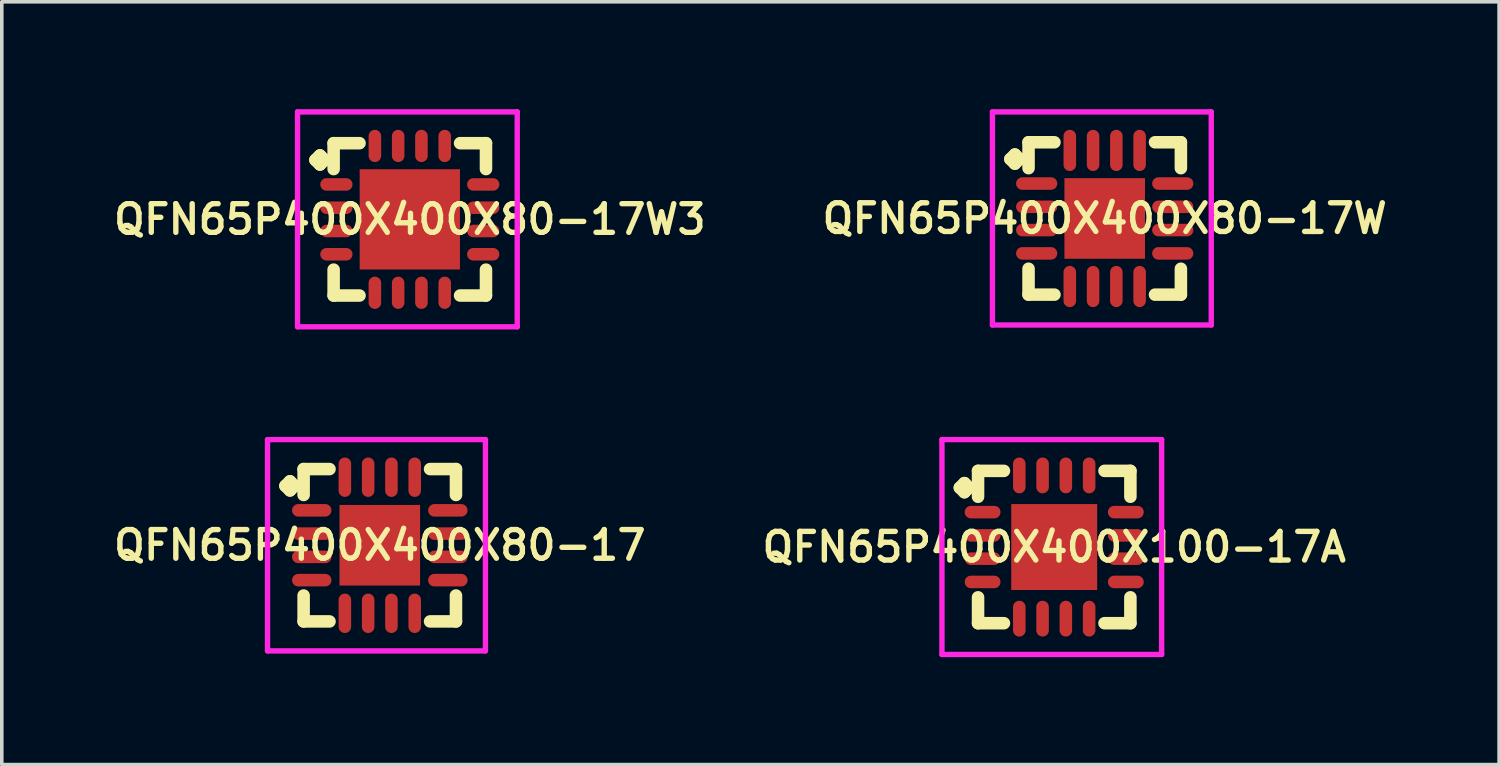
<source format=kicad_pcb>
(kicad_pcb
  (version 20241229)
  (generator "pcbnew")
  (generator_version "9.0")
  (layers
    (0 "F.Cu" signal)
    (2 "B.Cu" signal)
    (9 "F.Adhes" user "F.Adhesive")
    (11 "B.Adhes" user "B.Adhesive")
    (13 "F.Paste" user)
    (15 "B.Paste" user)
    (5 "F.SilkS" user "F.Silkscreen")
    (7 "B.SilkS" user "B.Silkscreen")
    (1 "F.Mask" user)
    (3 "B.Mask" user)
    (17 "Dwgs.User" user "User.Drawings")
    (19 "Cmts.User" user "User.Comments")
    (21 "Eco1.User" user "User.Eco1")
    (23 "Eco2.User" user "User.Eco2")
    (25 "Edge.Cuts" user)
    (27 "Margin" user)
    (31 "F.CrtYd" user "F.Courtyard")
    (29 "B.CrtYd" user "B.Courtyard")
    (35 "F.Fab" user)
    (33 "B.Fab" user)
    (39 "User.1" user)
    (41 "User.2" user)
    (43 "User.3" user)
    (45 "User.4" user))
  (footprint "QFN65P400X400X100-17A"
    (layer "F.Cu")
    (at 26.387 12.225)
    (property "Reference" "QFN65P400X400X100-17A" (at 0 0 0) (layer "F.SilkS") (effects (font (size 0.8 0.8) (thickness 0.15))))
    (attr smd)
    (fp_line (start -2.635 -1.658) (end -2.508 -1.785) (stroke (width 0.35) (type solid)) (layer "F.SilkS"))
    (fp_line (start -2.508 -1.785) (end -2.381 -1.658) (stroke (width 0.35) (type solid)) (layer "F.SilkS"))
    (fp_line (start -2.508 -1.531) (end -2.635 -1.658) (stroke (width 0.35) (type solid)) (layer "F.SilkS"))
    (fp_line (start -2.381 -1.658) (end -2.508 -1.531) (stroke (width 0.35) (type solid)) (layer "F.SilkS"))
    (fp_line (start -2.127 -2.127) (end -1.404 -2.127) (stroke (width 0.35) (type solid)) (layer "F.SilkS"))
    (fp_line (start -2.127 -1.404) (end -2.127 -2.127) (stroke (width 0.35) (type solid)) (layer "F.SilkS"))
    (fp_line (start -2.127 1.404) (end -2.127 2.127) (stroke (width 0.35) (type solid)) (layer "F.SilkS"))
    (fp_line (start -2.127 2.127) (end -1.404 2.127) (stroke (width 0.35) (type solid)) (layer "F.SilkS"))
    (fp_line (start 1.404 -2.127) (end 2.127 -2.127) (stroke (width 0.35) (type solid)) (layer "F.SilkS"))
    (fp_line (start 1.404 2.127) (end 2.127 2.127) (stroke (width 0.35) (type solid)) (layer "F.SilkS"))
    (fp_line (start 2.127 -2.127) (end 2.127 -1.404) (stroke (width 0.35) (type solid)) (layer "F.SilkS"))
    (fp_line (start 2.127 2.127) (end 2.127 1.404) (stroke (width 0.35) (type solid)) (layer "F.SilkS"))
    (fp_line (start -3.135 -3) (end 3 -3) (stroke (width 0.15) (type solid)) (layer "F.CrtYd"))
    (fp_line (start -3.135 3) (end -3.135 -3) (stroke (width 0.15) (type solid)) (layer "F.CrtYd"))
    (fp_line (start 3 -3) (end 3 3) (stroke (width 0.15) (type solid)) (layer "F.CrtYd"))
    (fp_line (start 3 3) (end -3.135 3) (stroke (width 0.15) (type solid)) (layer "F.CrtYd"))
    (pad "1" smd oval (at -2 -0.975) (size 1 0.35) (layers "F.Cu" "F.Mask" "F.Paste"))
    (pad "2" smd oval (at -2 -0.325) (size 1 0.35) (layers "F.Cu" "F.Mask" "F.Paste"))
    (pad "3" smd oval (at -2 0.325) (size 1 0.35) (layers "F.Cu" "F.Mask" "F.Paste"))
    (pad "4" smd oval (at -2 0.975) (size 1 0.35) (layers "F.Cu" "F.Mask" "F.Paste"))
    (pad "5" smd oval (at -0.975 2) (size 0.35 1) (layers "F.Cu" "F.Mask" "F.Paste"))
    (pad "6" smd oval (at -0.325 2) (size 0.35 1) (layers "F.Cu" "F.Mask" "F.Paste"))
    (pad "7" smd oval (at 0.325 2) (size 0.35 1) (layers "F.Cu" "F.Mask" "F.Paste"))
    (pad "8" smd oval (at 0.975 2) (size 0.35 1) (layers "F.Cu" "F.Mask" "F.Paste"))
    (pad "9" smd oval (at 2 0.975) (size 1 0.35) (layers "F.Cu" "F.Mask" "F.Paste"))
    (pad "10" smd oval (at 2 0.325) (size 1 0.35) (layers "F.Cu" "F.Mask" "F.Paste"))
    (pad "11" smd oval (at 2 -0.325) (size 1 0.35) (layers "F.Cu" "F.Mask" "F.Paste"))
    (pad "12" smd oval (at 2 -0.975) (size 1 0.35) (layers "F.Cu" "F.Mask" "F.Paste"))
    (pad "13" smd oval (at 0.975 -2) (size 0.35 1) (layers "F.Cu" "F.Mask" "F.Paste"))
    (pad "14" smd oval (at 0.325 -2) (size 0.35 1) (layers "F.Cu" "F.Mask" "F.Paste"))
    (pad "15" smd oval (at -0.325 -2) (size 0.35 1) (layers "F.Cu" "F.Mask" "F.Paste"))
    (pad "16" smd oval (at -0.975 -2) (size 0.35 1) (layers "F.Cu" "F.Mask" "F.Paste"))
    (pad "17" smd rect (at 0 0) (size 2.4 2.4) (layers "F.Cu" "F.Mask" "F.Paste")))
  (footprint "QFN65P400X400X80-17"
    (layer "F.Cu")
    (at 7.555 12.175)
    (property "Reference" "QFN65P400X400X80-17" (at 0 0 0) (layer "F.SilkS") (effects (font (size 0.8 0.8) (thickness 0.15))))
    (attr smd)
    (fp_line (start -2.635 -1.658) (end -2.508 -1.785) (stroke (width 0.35) (type solid)) (layer "F.SilkS"))
    (fp_line (start -2.508 -1.785) (end -2.381 -1.658) (stroke (width 0.35) (type solid)) (layer "F.SilkS"))
    (fp_line (start -2.508 -1.531) (end -2.635 -1.658) (stroke (width 0.35) (type solid)) (layer "F.SilkS"))
    (fp_line (start -2.381 -1.658) (end -2.508 -1.531) (stroke (width 0.35) (type solid)) (layer "F.SilkS"))
    (fp_line (start -2.127 -2.127) (end -1.404 -2.127) (stroke (width 0.35) (type solid)) (layer "F.SilkS"))
    (fp_line (start -2.127 -1.404) (end -2.127 -2.127) (stroke (width 0.35) (type solid)) (layer "F.SilkS"))
    (fp_line (start -2.127 1.404) (end -2.127 2.127) (stroke (width 0.35) (type solid)) (layer "F.SilkS"))
    (fp_line (start -2.127 2.127) (end -1.404 2.127) (stroke (width 0.35) (type solid)) (layer "F.SilkS"))
    (fp_line (start 1.404 -2.127) (end 2.127 -2.127) (stroke (width 0.35) (type solid)) (layer "F.SilkS"))
    (fp_line (start 1.404 2.127) (end 2.127 2.127) (stroke (width 0.35) (type solid)) (layer "F.SilkS"))
    (fp_line (start 2.127 -2.127) (end 2.127 -1.404) (stroke (width 0.35) (type solid)) (layer "F.SilkS"))
    (fp_line (start 2.127 2.127) (end 2.127 1.404) (stroke (width 0.35) (type solid)) (layer "F.SilkS"))
    (fp_line (start -3.135 -2.95) (end 2.95 -2.95) (stroke (width 0.15) (type solid)) (layer "F.CrtYd"))
    (fp_line (start -3.135 2.95) (end -3.135 -2.95) (stroke (width 0.15) (type solid)) (layer "F.CrtYd"))
    (fp_line (start 2.95 -2.95) (end 2.95 2.95) (stroke (width 0.15) (type solid)) (layer "F.CrtYd"))
    (fp_line (start 2.95 2.95) (end -3.135 2.95) (stroke (width 0.15) (type solid)) (layer "F.CrtYd"))
    (pad "1" smd oval (at -1.9 -0.975) (size 1.1 0.35) (layers "F.Cu" "F.Mask" "F.Paste"))
    (pad "2" smd oval (at -1.9 -0.325) (size 1.1 0.35) (layers "F.Cu" "F.Mask" "F.Paste"))
    (pad "3" smd oval (at -1.9 0.325) (size 1.1 0.35) (layers "F.Cu" "F.Mask" "F.Paste"))
    (pad "4" smd oval (at -1.9 0.975) (size 1.1 0.35) (layers "F.Cu" "F.Mask" "F.Paste"))
    (pad "5" smd oval (at -0.975 1.9) (size 0.35 1.1) (layers "F.Cu" "F.Mask" "F.Paste"))
    (pad "6" smd oval (at -0.325 1.9) (size 0.35 1.1) (layers "F.Cu" "F.Mask" "F.Paste"))
    (pad "7" smd oval (at 0.325 1.9) (size 0.35 1.1) (layers "F.Cu" "F.Mask" "F.Paste"))
    (pad "8" smd oval (at 0.975 1.9) (size 0.35 1.1) (layers "F.Cu" "F.Mask" "F.Paste"))
    (pad "9" smd oval (at 1.9 0.975) (size 1.1 0.35) (layers "F.Cu" "F.Mask" "F.Paste"))
    (pad "10" smd oval (at 1.9 0.325) (size 1.1 0.35) (layers "F.Cu" "F.Mask" "F.Paste"))
    (pad "11" smd oval (at 1.9 -0.325) (size 1.1 0.35) (layers "F.Cu" "F.Mask" "F.Paste"))
    (pad "12" smd oval (at 1.9 -0.975) (size 1.1 0.35) (layers "F.Cu" "F.Mask" "F.Paste"))
    (pad "13" smd oval (at 0.975 -1.9) (size 0.35 1.1) (layers "F.Cu" "F.Mask" "F.Paste"))
    (pad "14" smd oval (at 0.325 -1.9) (size 0.35 1.1) (layers "F.Cu" "F.Mask" "F.Paste"))
    (pad "15" smd oval (at -0.325 -1.9) (size 0.35 1.1) (layers "F.Cu" "F.Mask" "F.Paste"))
    (pad "16" smd oval (at -0.975 -1.9) (size 0.35 1.1) (layers "F.Cu" "F.Mask" "F.Paste"))
    (pad "17" smd rect (at 0 0) (size 2.25 2.25) (layers "F.Cu" "F.Mask" "F.Paste")))
  (footprint "QFN65P400X400X80-17W"
    (layer "F.Cu")
    (at 27.797 3.05)
    (property "Reference" "QFN65P400X400X80-17W" (at 0 0 0) (layer "F.SilkS") (effects (font (size 0.8 0.8) (thickness 0.15))))
    (attr smd)
    (fp_line (start -2.635 -1.658) (end -2.508 -1.785) (stroke (width 0.35) (type solid)) (layer "F.SilkS"))
    (fp_line (start -2.508 -1.785) (end -2.381 -1.658) (stroke (width 0.35) (type solid)) (layer "F.SilkS"))
    (fp_line (start -2.508 -1.531) (end -2.635 -1.658) (stroke (width 0.35) (type solid)) (layer "F.SilkS"))
    (fp_line (start -2.381 -1.658) (end -2.508 -1.531) (stroke (width 0.35) (type solid)) (layer "F.SilkS"))
    (fp_line (start -2.127 -2.127) (end -1.404 -2.127) (stroke (width 0.35) (type solid)) (layer "F.SilkS"))
    (fp_line (start -2.127 -1.404) (end -2.127 -2.127) (stroke (width 0.35) (type solid)) (layer "F.SilkS"))
    (fp_line (start -2.127 1.404) (end -2.127 2.127) (stroke (width 0.35) (type solid)) (layer "F.SilkS"))
    (fp_line (start -2.127 2.127) (end -1.404 2.127) (stroke (width 0.35) (type solid)) (layer "F.SilkS"))
    (fp_line (start 1.404 -2.127) (end 2.127 -2.127) (stroke (width 0.35) (type solid)) (layer "F.SilkS"))
    (fp_line (start 1.404 2.127) (end 2.127 2.127) (stroke (width 0.35) (type solid)) (layer "F.SilkS"))
    (fp_line (start 2.127 -2.127) (end 2.127 -1.404) (stroke (width 0.35) (type solid)) (layer "F.SilkS"))
    (fp_line (start 2.127 2.127) (end 2.127 1.404) (stroke (width 0.35) (type solid)) (layer "F.SilkS"))
    (fp_line (start -3.135 -2.975) (end 2.975 -2.975) (stroke (width 0.15) (type solid)) (layer "F.CrtYd"))
    (fp_line (start -3.135 2.975) (end -3.135 -2.975) (stroke (width 0.15) (type solid)) (layer "F.CrtYd"))
    (fp_line (start 2.975 -2.975) (end 2.975 2.975) (stroke (width 0.15) (type solid)) (layer "F.CrtYd"))
    (fp_line (start 2.975 2.975) (end -3.135 2.975) (stroke (width 0.15) (type solid)) (layer "F.CrtYd"))
    (pad "1" smd oval (at -1.9 -0.975) (size 1.15 0.35) (layers "F.Cu" "F.Mask" "F.Paste"))
    (pad "2" smd oval (at -1.9 -0.325) (size 1.15 0.35) (layers "F.Cu" "F.Mask" "F.Paste"))
    (pad "3" smd oval (at -1.9 0.325) (size 1.15 0.35) (layers "F.Cu" "F.Mask" "F.Paste"))
    (pad "4" smd oval (at -1.9 0.975) (size 1.15 0.35) (layers "F.Cu" "F.Mask" "F.Paste"))
    (pad "5" smd oval (at -0.975 1.9) (size 0.35 1.15) (layers "F.Cu" "F.Mask" "F.Paste"))
    (pad "6" smd oval (at -0.325 1.9) (size 0.35 1.15) (layers "F.Cu" "F.Mask" "F.Paste"))
    (pad "7" smd oval (at 0.325 1.9) (size 0.35 1.15) (layers "F.Cu" "F.Mask" "F.Paste"))
    (pad "8" smd oval (at 0.975 1.9) (size 0.35 1.15) (layers "F.Cu" "F.Mask" "F.Paste"))
    (pad "9" smd oval (at 1.9 0.975) (size 1.15 0.35) (layers "F.Cu" "F.Mask" "F.Paste"))
    (pad "10" smd oval (at 1.9 0.325) (size 1.15 0.35) (layers "F.Cu" "F.Mask" "F.Paste"))
    (pad "11" smd oval (at 1.9 -0.325) (size 1.15 0.35) (layers "F.Cu" "F.Mask" "F.Paste"))
    (pad "12" smd oval (at 1.9 -0.975) (size 1.15 0.35) (layers "F.Cu" "F.Mask" "F.Paste"))
    (pad "13" smd oval (at 0.975 -1.9) (size 0.35 1.15) (layers "F.Cu" "F.Mask" "F.Paste"))
    (pad "14" smd oval (at 0.325 -1.9) (size 0.35 1.15) (layers "F.Cu" "F.Mask" "F.Paste"))
    (pad "15" smd oval (at -0.325 -1.9) (size 0.35 1.15) (layers "F.Cu" "F.Mask" "F.Paste"))
    (pad "16" smd oval (at -0.975 -1.9) (size 0.35 1.15) (layers "F.Cu" "F.Mask" "F.Paste"))
    (pad "17" smd rect (at 0 0) (size 2.25 2.25) (layers "F.Cu" "F.Mask" "F.Paste")))
  (footprint "QFN65P400X400X80-17W3"
    (layer "F.Cu")
    (at 8.393 3.075)
    (property "Reference" "QFN65P400X400X80-17W3" (at 0 0 0) (layer "F.SilkS") (effects (font (size 0.8 0.8) (thickness 0.15))))
    (attr smd)
    (fp_line (start -2.635 -1.658) (end -2.508 -1.785) (stroke (width 0.35) (type solid)) (layer "F.SilkS"))
    (fp_line (start -2.508 -1.785) (end -2.381 -1.658) (stroke (width 0.35) (type solid)) (layer "F.SilkS"))
    (fp_line (start -2.508 -1.531) (end -2.635 -1.658) (stroke (width 0.35) (type solid)) (layer "F.SilkS"))
    (fp_line (start -2.381 -1.658) (end -2.508 -1.531) (stroke (width 0.35) (type solid)) (layer "F.SilkS"))
    (fp_line (start -2.127 -2.127) (end -1.404 -2.127) (stroke (width 0.35) (type solid)) (layer "F.SilkS"))
    (fp_line (start -2.127 -1.404) (end -2.127 -2.127) (stroke (width 0.35) (type solid)) (layer "F.SilkS"))
    (fp_line (start -2.127 1.404) (end -2.127 2.127) (stroke (width 0.35) (type solid)) (layer "F.SilkS"))
    (fp_line (start -2.127 2.127) (end -1.404 2.127) (stroke (width 0.35) (type solid)) (layer "F.SilkS"))
    (fp_line (start 1.404 -2.127) (end 2.127 -2.127) (stroke (width 0.35) (type solid)) (layer "F.SilkS"))
    (fp_line (start 1.404 2.127) (end 2.127 2.127) (stroke (width 0.35) (type solid)) (layer "F.SilkS"))
    (fp_line (start 2.127 -2.127) (end 2.127 -1.404) (stroke (width 0.35) (type solid)) (layer "F.SilkS"))
    (fp_line (start 2.127 2.127) (end 2.127 1.404) (stroke (width 0.35) (type solid)) (layer "F.SilkS"))
    (fp_line (start -3.135 -3) (end 3 -3) (stroke (width 0.15) (type solid)) (layer "F.CrtYd"))
    (fp_line (start -3.135 3) (end -3.135 -3) (stroke (width 0.15) (type solid)) (layer "F.CrtYd"))
    (fp_line (start 3 -3) (end 3 3) (stroke (width 0.15) (type solid)) (layer "F.CrtYd"))
    (fp_line (start 3 3) (end -3.135 3) (stroke (width 0.15) (type solid)) (layer "F.CrtYd"))
    (pad "1" smd oval (at -2.05 -0.975) (size 0.9 0.35) (layers "F.Cu" "F.Mask" "F.Paste"))
    (pad "2" smd oval (at -2.05 -0.325) (size 0.9 0.35) (layers "F.Cu" "F.Mask" "F.Paste"))
    (pad "3" smd oval (at -2.05 0.325) (size 0.9 0.35) (layers "F.Cu" "F.Mask" "F.Paste"))
    (pad "4" smd oval (at -2.05 0.975) (size 0.9 0.35) (layers "F.Cu" "F.Mask" "F.Paste"))
    (pad "5" smd oval (at -0.975 2.05) (size 0.35 0.9) (layers "F.Cu" "F.Mask" "F.Paste"))
    (pad "6" smd oval (at -0.325 2.05) (size 0.35 0.9) (layers "F.Cu" "F.Mask" "F.Paste"))
    (pad "7" smd oval (at 0.325 2.05) (size 0.35 0.9) (layers "F.Cu" "F.Mask" "F.Paste"))
    (pad "8" smd oval (at 0.975 2.05) (size 0.35 0.9) (layers "F.Cu" "F.Mask" "F.Paste"))
    (pad "9" smd oval (at 2.05 0.975) (size 0.9 0.35) (layers "F.Cu" "F.Mask" "F.Paste"))
    (pad "10" smd oval (at 2.05 0.325) (size 0.9 0.35) (layers "F.Cu" "F.Mask" "F.Paste"))
    (pad "11" smd oval (at 2.05 -0.325) (size 0.9 0.35) (layers "F.Cu" "F.Mask" "F.Paste"))
    (pad "12" smd oval (at 2.05 -0.975) (size 0.9 0.35) (layers "F.Cu" "F.Mask" "F.Paste"))
    (pad "13" smd oval (at 0.975 -2.05) (size 0.35 0.9) (layers "F.Cu" "F.Mask" "F.Paste"))
    (pad "14" smd oval (at 0.325 -2.05) (size 0.35 0.9) (layers "F.Cu" "F.Mask" "F.Paste"))
    (pad "15" smd oval (at -0.325 -2.05) (size 0.35 0.9) (layers "F.Cu" "F.Mask" "F.Paste"))
    (pad "16" smd oval (at -0.975 -2.05) (size 0.35 0.9) (layers "F.Cu" "F.Mask" "F.Paste"))
    (pad "17" smd rect (at 0 0) (size 2.8 2.8) (layers "F.Cu" "F.Mask" "F.Paste")))
  (gr_rect
    (start -3 -3)
    (end 38.809 18.3)
    (stroke (width 0.1) (type default))
    (fill no)
    (layer "Edge.Cuts")))
</source>
